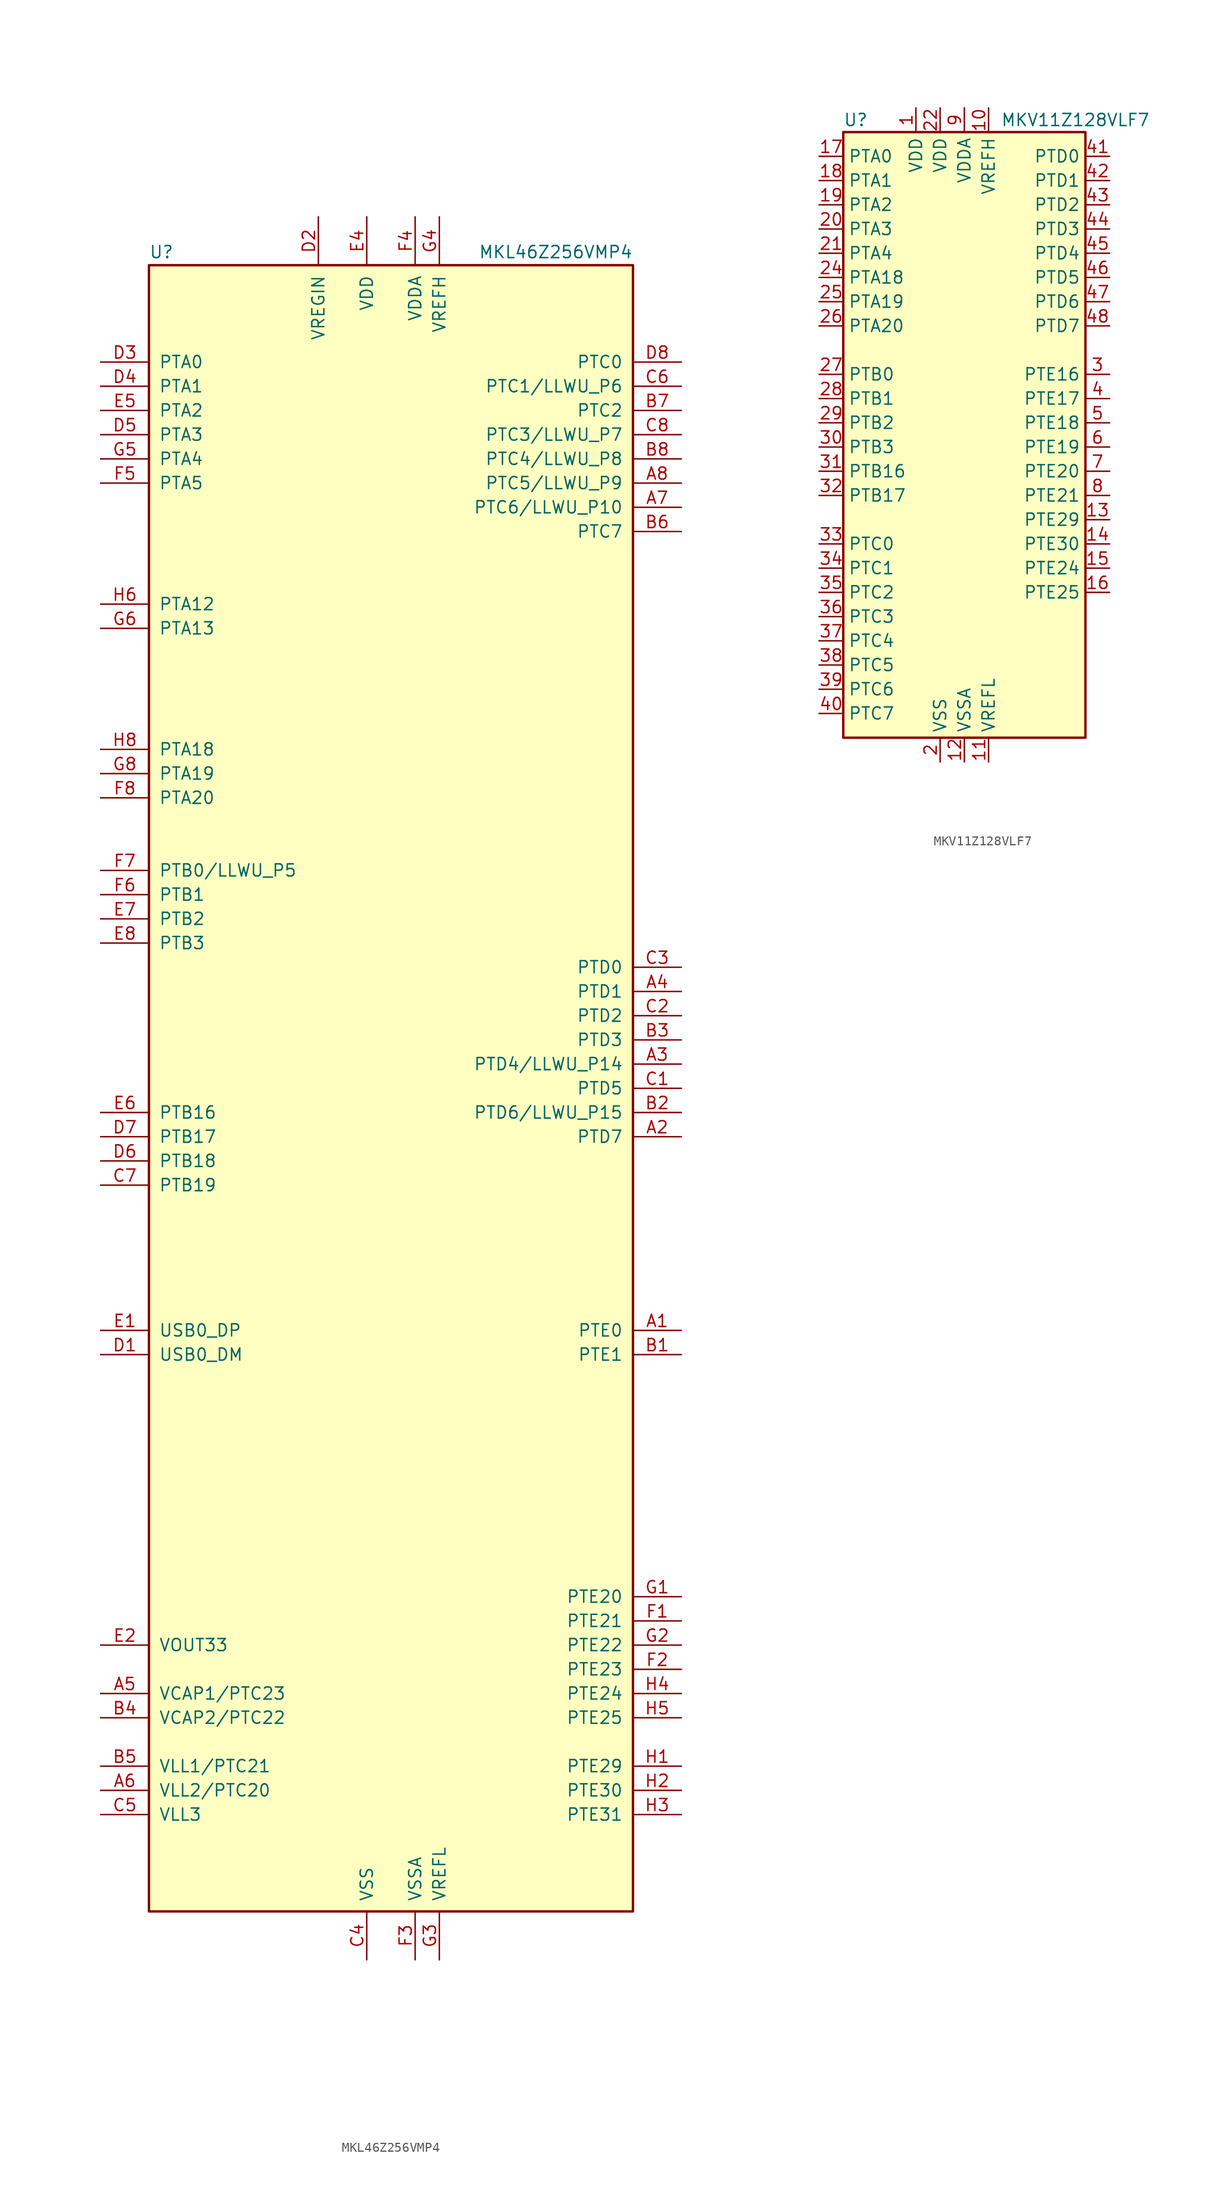
<source format=kicad_sym>
(kicad_symbol_lib
  (version 20241209)
  (generator "kicad_symbol_editor")
  (generator_version "9.0")
  (symbol "MKL46Z256VMP4"
    (pin_names
      (offset 1.016))
    (property "Reference" "U"
      (at -25.4 86.995 0)
      (effects (font (size 1.27 1.27)) (justify left bottom)))
    (property "Value" "MKL46Z256VMP4"
      (at 25.4 86.995 0)
      (effects (font (size 1.27 1.27)) (justify right bottom)))
    (symbol "MKL46Z256VMP4_0_1"
      (rectangle (start -25.4 86.36) (end 25.4 -86.36) (stroke (width 0.254) (type default)) (fill (type background))))
    (symbol "MKL46Z256VMP4_1_1"
      (pin bidirectional line (at -30.48 76.2 0) (length 5.08) (name "PTA0" (effects (font (size 1.27 1.27)))) (number "D3" (effects (font (size 1.27 1.27)))))
      (pin bidirectional line (at -30.48 73.66 0) (length 5.08) (name "PTA1" (effects (font (size 1.27 1.27)))) (number "D4" (effects (font (size 1.27 1.27)))))
      (pin bidirectional line (at -30.48 71.12 0) (length 5.08) (name "PTA2" (effects (font (size 1.27 1.27)))) (number "E5" (effects (font (size 1.27 1.27)))))
      (pin bidirectional line (at -30.48 68.58 0) (length 5.08) (name "PTA3" (effects (font (size 1.27 1.27)))) (number "D5" (effects (font (size 1.27 1.27)))))
      (pin bidirectional line (at -30.48 66.04 0) (length 5.08) (name "PTA4" (effects (font (size 1.27 1.27)))) (number "G5" (effects (font (size 1.27 1.27)))))
      (pin bidirectional line (at -30.48 63.5 0) (length 5.08) (name "PTA5" (effects (font (size 1.27 1.27)))) (number "F5" (effects (font (size 1.27 1.27)))))
      (pin bidirectional line (at -30.48 50.8 0) (length 5.08) (name "PTA12" (effects (font (size 1.27 1.27)))) (number "H6" (effects (font (size 1.27 1.27)))))
      (pin bidirectional line (at -30.48 48.26 0) (length 5.08) (name "PTA13" (effects (font (size 1.27 1.27)))) (number "G6" (effects (font (size 1.27 1.27)))))
      (pin bidirectional line (at -30.48 35.56 0) (length 5.08) (name "PTA18" (effects (font (size 1.27 1.27)))) (number "H8" (effects (font (size 1.27 1.27)))))
      (pin bidirectional line (at -30.48 33.02 0) (length 5.08) (name "PTA19" (effects (font (size 1.27 1.27)))) (number "G8" (effects (font (size 1.27 1.27)))))
      (pin bidirectional line (at -30.48 30.48 0) (length 5.08) (name "PTA20" (effects (font (size 1.27 1.27)))) (number "F8" (effects (font (size 1.27 1.27)))))
      (pin bidirectional line (at -30.48 22.86 0) (length 5.08) (name "PTB0/LLWU_P5" (effects (font (size 1.27 1.27)))) (number "F7" (effects (font (size 1.27 1.27)))))
      (pin bidirectional line (at -30.48 20.32 0) (length 5.08) (name "PTB1" (effects (font (size 1.27 1.27)))) (number "F6" (effects (font (size 1.27 1.27)))))
      (pin bidirectional line (at -30.48 17.78 0) (length 5.08) (name "PTB2" (effects (font (size 1.27 1.27)))) (number "E7" (effects (font (size 1.27 1.27)))))
      (pin bidirectional line (at -30.48 15.24 0) (length 5.08) (name "PTB3" (effects (font (size 1.27 1.27)))) (number "E8" (effects (font (size 1.27 1.27)))))
      (pin bidirectional line (at -30.48 -2.54 0) (length 5.08) (name "PTB16" (effects (font (size 1.27 1.27)))) (number "E6" (effects (font (size 1.27 1.27)))))
      (pin bidirectional line (at -30.48 -5.08 0) (length 5.08) (name "PTB17" (effects (font (size 1.27 1.27)))) (number "D7" (effects (font (size 1.27 1.27)))))
      (pin bidirectional line (at -30.48 -7.62 0) (length 5.08) (name "PTB18" (effects (font (size 1.27 1.27)))) (number "D6" (effects (font (size 1.27 1.27)))))
      (pin bidirectional line (at -30.48 -10.16 0) (length 5.08) (name "PTB19" (effects (font (size 1.27 1.27)))) (number "C7" (effects (font (size 1.27 1.27)))))
      (pin bidirectional line (at -30.48 -25.4 0) (length 5.08) (name "USB0_DP" (effects (font (size 1.27 1.27)))) (number "E1" (effects (font (size 1.27 1.27)))))
      (pin bidirectional line (at -30.48 -27.94 0) (length 5.08) (name "USB0_DM" (effects (font (size 1.27 1.27)))) (number "D1" (effects (font (size 1.27 1.27)))))
      (pin power_out line (at -30.48 -58.42 0) (length 5.08) (name "VOUT33" (effects (font (size 1.27 1.27)))) (number "E2" (effects (font (size 1.27 1.27)))))
      (pin passive line (at -30.48 -63.5 0) (length 5.08) (name "VCAP1/PTC23" (effects (font (size 1.27 1.27)))) (number "A5" (effects (font (size 1.27 1.27)))))
      (pin passive line (at -30.48 -66.04 0) (length 5.08) (name "VCAP2/PTC22" (effects (font (size 1.27 1.27)))) (number "B4" (effects (font (size 1.27 1.27)))))
      (pin power_out line (at -30.48 -71.12 0) (length 5.08) (name "VLL1/PTC21" (effects (font (size 1.27 1.27)))) (number "B5" (effects (font (size 1.27 1.27)))))
      (pin power_out line (at -30.48 -73.66 0) (length 5.08) (name "VLL2/PTC20" (effects (font (size 1.27 1.27)))) (number "A6" (effects (font (size 1.27 1.27)))))
      (pin power_out line (at -30.48 -76.2 0) (length 5.08) (name "VLL3" (effects (font (size 1.27 1.27)))) (number "C5" (effects (font (size 1.27 1.27)))))
      (pin power_in line (at -7.62 91.44 270) (length 5.08) (name "VREGIN" (effects (font (size 1.27 1.27)))) (number "D2" (effects (font (size 1.27 1.27)))))
      (pin power_in line (at -2.54 91.44 270) (length 5.08) (name "VDD" (effects (font (size 1.27 1.27)))) (number "E4" (effects (font (size 1.27 1.27)))))
      (pin passive line (at -2.54 91.44 270) (length 5.08) (hide yes) (name "VDD" (effects (font (size 1.27 1.27)))) (number "G7" (effects (font (size 1.27 1.27)))))
      (pin power_in line (at -2.54 -91.44 90) (length 5.08) (name "VSS" (effects (font (size 1.27 1.27)))) (number "C4" (effects (font (size 1.27 1.27)))))
      (pin passive line (at -2.54 -91.44 90) (length 5.08) (hide yes) (name "VSS" (effects (font (size 1.27 1.27)))) (number "E3" (effects (font (size 1.27 1.27)))))
      (pin passive line (at -2.54 -91.44 90) (length 5.08) (hide yes) (name "VSS" (effects (font (size 1.27 1.27)))) (number "H7" (effects (font (size 1.27 1.27)))))
      (pin power_in line (at 2.54 91.44 270) (length 5.08) (name "VDDA" (effects (font (size 1.27 1.27)))) (number "F4" (effects (font (size 1.27 1.27)))))
      (pin power_in line (at 2.54 -91.44 90) (length 5.08) (name "VSSA" (effects (font (size 1.27 1.27)))) (number "F3" (effects (font (size 1.27 1.27)))))
      (pin power_in line (at 5.08 91.44 270) (length 5.08) (name "VREFH" (effects (font (size 1.27 1.27)))) (number "G4" (effects (font (size 1.27 1.27)))))
      (pin power_in line (at 5.08 -91.44 90) (length 5.08) (name "VREFL" (effects (font (size 1.27 1.27)))) (number "G3" (effects (font (size 1.27 1.27)))))
      (pin bidirectional line (at 30.48 76.2 180) (length 5.08) (name "PTC0" (effects (font (size 1.27 1.27)))) (number "D8" (effects (font (size 1.27 1.27)))))
      (pin bidirectional line (at 30.48 73.66 180) (length 5.08) (name "PTC1/LLWU_P6" (effects (font (size 1.27 1.27)))) (number "C6" (effects (font (size 1.27 1.27)))))
      (pin bidirectional line (at 30.48 71.12 180) (length 5.08) (name "PTC2" (effects (font (size 1.27 1.27)))) (number "B7" (effects (font (size 1.27 1.27)))))
      (pin bidirectional line (at 30.48 68.58 180) (length 5.08) (name "PTC3/LLWU_P7" (effects (font (size 1.27 1.27)))) (number "C8" (effects (font (size 1.27 1.27)))))
      (pin bidirectional line (at 30.48 66.04 180) (length 5.08) (name "PTC4/LLWU_P8" (effects (font (size 1.27 1.27)))) (number "B8" (effects (font (size 1.27 1.27)))))
      (pin bidirectional line (at 30.48 63.5 180) (length 5.08) (name "PTC5/LLWU_P9" (effects (font (size 1.27 1.27)))) (number "A8" (effects (font (size 1.27 1.27)))))
      (pin bidirectional line (at 30.48 60.96 180) (length 5.08) (name "PTC6/LLWU_P10" (effects (font (size 1.27 1.27)))) (number "A7" (effects (font (size 1.27 1.27)))))
      (pin bidirectional line (at 30.48 58.42 180) (length 5.08) (name "PTC7" (effects (font (size 1.27 1.27)))) (number "B6" (effects (font (size 1.27 1.27)))))
      (pin bidirectional line (at 30.48 12.7 180) (length 5.08) (name "PTD0" (effects (font (size 1.27 1.27)))) (number "C3" (effects (font (size 1.27 1.27)))))
      (pin bidirectional line (at 30.48 10.16 180) (length 5.08) (name "PTD1" (effects (font (size 1.27 1.27)))) (number "A4" (effects (font (size 1.27 1.27)))))
      (pin bidirectional line (at 30.48 7.62 180) (length 5.08) (name "PTD2" (effects (font (size 1.27 1.27)))) (number "C2" (effects (font (size 1.27 1.27)))))
      (pin bidirectional line (at 30.48 5.08 180) (length 5.08) (name "PTD3" (effects (font (size 1.27 1.27)))) (number "B3" (effects (font (size 1.27 1.27)))))
      (pin bidirectional line (at 30.48 2.54 180) (length 5.08) (name "PTD4/LLWU_P14" (effects (font (size 1.27 1.27)))) (number "A3" (effects (font (size 1.27 1.27)))))
      (pin bidirectional line (at 30.48 0 180) (length 5.08) (name "PTD5" (effects (font (size 1.27 1.27)))) (number "C1" (effects (font (size 1.27 1.27)))))
      (pin bidirectional line (at 30.48 -2.54 180) (length 5.08) (name "PTD6/LLWU_P15" (effects (font (size 1.27 1.27)))) (number "B2" (effects (font (size 1.27 1.27)))))
      (pin bidirectional line (at 30.48 -5.08 180) (length 5.08) (name "PTD7" (effects (font (size 1.27 1.27)))) (number "A2" (effects (font (size 1.27 1.27)))))
      (pin bidirectional line (at 30.48 -25.4 180) (length 5.08) (name "PTE0" (effects (font (size 1.27 1.27)))) (number "A1" (effects (font (size 1.27 1.27)))))
      (pin bidirectional line (at 30.48 -27.94 180) (length 5.08) (name "PTE1" (effects (font (size 1.27 1.27)))) (number "B1" (effects (font (size 1.27 1.27)))))
      (pin bidirectional line (at 30.48 -53.34 180) (length 5.08) (name "PTE20" (effects (font (size 1.27 1.27)))) (number "G1" (effects (font (size 1.27 1.27)))))
      (pin bidirectional line (at 30.48 -55.88 180) (length 5.08) (name "PTE21" (effects (font (size 1.27 1.27)))) (number "F1" (effects (font (size 1.27 1.27)))))
      (pin bidirectional line (at 30.48 -58.42 180) (length 5.08) (name "PTE22" (effects (font (size 1.27 1.27)))) (number "G2" (effects (font (size 1.27 1.27)))))
      (pin bidirectional line (at 30.48 -60.96 180) (length 5.08) (name "PTE23" (effects (font (size 1.27 1.27)))) (number "F2" (effects (font (size 1.27 1.27)))))
      (pin bidirectional line (at 30.48 -63.5 180) (length 5.08) (name "PTE24" (effects (font (size 1.27 1.27)))) (number "H4" (effects (font (size 1.27 1.27)))))
      (pin bidirectional line (at 30.48 -66.04 180) (length 5.08) (name "PTE25" (effects (font (size 1.27 1.27)))) (number "H5" (effects (font (size 1.27 1.27)))))
      (pin bidirectional line (at 30.48 -71.12 180) (length 5.08) (name "PTE29" (effects (font (size 1.27 1.27)))) (number "H1" (effects (font (size 1.27 1.27)))))
      (pin bidirectional line (at 30.48 -73.66 180) (length 5.08) (name "PTE30" (effects (font (size 1.27 1.27)))) (number "H2" (effects (font (size 1.27 1.27)))))
      (pin bidirectional line (at 30.48 -76.2 180) (length 5.08) (name "PTE31" (effects (font (size 1.27 1.27)))) (number "H3" (effects (font (size 1.27 1.27)))))))
  (symbol "MKV11Z128VLF7"
    (property "Reference" "U"
      (at -12.7 34.29 0)
      (effects (font (size 1.27 1.27)) (justify left)))
    (property "Value" "MKV11Z128VLF7"
      (at 3.81 34.29 0)
      (effects (font (size 1.27 1.27)) (justify left)))
    (symbol "MKV11Z128VLF7_0_1"
      (rectangle (start -12.7 33.02) (end 12.7 -30.48) (stroke (width 0.254) (type default)) (fill (type background))))
    (symbol "MKV11Z128VLF7_1_1"
      (pin bidirectional line (at -15.24 30.48 0) (length 2.54) (name "PTA0" (effects (font (size 1.27 1.27)))) (number "17" (effects (font (size 1.27 1.27)))))
      (pin bidirectional line (at -15.24 27.94 0) (length 2.54) (name "PTA1" (effects (font (size 1.27 1.27)))) (number "18" (effects (font (size 1.27 1.27)))))
      (pin bidirectional line (at -15.24 25.4 0) (length 2.54) (name "PTA2" (effects (font (size 1.27 1.27)))) (number "19" (effects (font (size 1.27 1.27)))))
      (pin bidirectional line (at -15.24 22.86 0) (length 2.54) (name "PTA3" (effects (font (size 1.27 1.27)))) (number "20" (effects (font (size 1.27 1.27)))))
      (pin bidirectional line (at -15.24 20.32 0) (length 2.54) (name "PTA4" (effects (font (size 1.27 1.27)))) (number "21" (effects (font (size 1.27 1.27)))))
      (pin bidirectional line (at -15.24 17.78 0) (length 2.54) (name "PTA18" (effects (font (size 1.27 1.27)))) (number "24" (effects (font (size 1.27 1.27)))))
      (pin bidirectional line (at -15.24 15.24 0) (length 2.54) (name "PTA19" (effects (font (size 1.27 1.27)))) (number "25" (effects (font (size 1.27 1.27)))))
      (pin bidirectional line (at -15.24 12.7 0) (length 2.54) (name "PTA20" (effects (font (size 1.27 1.27)))) (number "26" (effects (font (size 1.27 1.27)))))
      (pin bidirectional line (at -15.24 7.62 0) (length 2.54) (name "PTB0" (effects (font (size 1.27 1.27)))) (number "27" (effects (font (size 1.27 1.27)))))
      (pin bidirectional line (at -15.24 5.08 0) (length 2.54) (name "PTB1" (effects (font (size 1.27 1.27)))) (number "28" (effects (font (size 1.27 1.27)))))
      (pin bidirectional line (at -15.24 2.54 0) (length 2.54) (name "PTB2" (effects (font (size 1.27 1.27)))) (number "29" (effects (font (size 1.27 1.27)))))
      (pin bidirectional line (at -15.24 0 0) (length 2.54) (name "PTB3" (effects (font (size 1.27 1.27)))) (number "30" (effects (font (size 1.27 1.27)))))
      (pin bidirectional line (at -15.24 -2.54 0) (length 2.54) (name "PTB16" (effects (font (size 1.27 1.27)))) (number "31" (effects (font (size 1.27 1.27)))))
      (pin bidirectional line (at -15.24 -5.08 0) (length 2.54) (name "PTB17" (effects (font (size 1.27 1.27)))) (number "32" (effects (font (size 1.27 1.27)))))
      (pin bidirectional line (at -15.24 -10.16 0) (length 2.54) (name "PTC0" (effects (font (size 1.27 1.27)))) (number "33" (effects (font (size 1.27 1.27)))))
      (pin bidirectional line (at -15.24 -12.7 0) (length 2.54) (name "PTC1" (effects (font (size 1.27 1.27)))) (number "34" (effects (font (size 1.27 1.27)))))
      (pin bidirectional line (at -15.24 -15.24 0) (length 2.54) (name "PTC2" (effects (font (size 1.27 1.27)))) (number "35" (effects (font (size 1.27 1.27)))))
      (pin bidirectional line (at -15.24 -17.78 0) (length 2.54) (name "PTC3" (effects (font (size 1.27 1.27)))) (number "36" (effects (font (size 1.27 1.27)))))
      (pin bidirectional line (at -15.24 -20.32 0) (length 2.54) (name "PTC4" (effects (font (size 1.27 1.27)))) (number "37" (effects (font (size 1.27 1.27)))))
      (pin bidirectional line (at -15.24 -22.86 0) (length 2.54) (name "PTC5" (effects (font (size 1.27 1.27)))) (number "38" (effects (font (size 1.27 1.27)))))
      (pin bidirectional line (at -15.24 -25.4 0) (length 2.54) (name "PTC6" (effects (font (size 1.27 1.27)))) (number "39" (effects (font (size 1.27 1.27)))))
      (pin bidirectional line (at -15.24 -27.94 0) (length 2.54) (name "PTC7" (effects (font (size 1.27 1.27)))) (number "40" (effects (font (size 1.27 1.27)))))
      (pin power_in line (at -5.08 35.56 270) (length 2.54) (name "VDD" (effects (font (size 1.27 1.27)))) (number "1" (effects (font (size 1.27 1.27)))))
      (pin power_in line (at -2.54 35.56 270) (length 2.54) (name "VDD" (effects (font (size 1.27 1.27)))) (number "22" (effects (font (size 1.27 1.27)))))
      (pin power_in line (at -2.54 -33.02 90) (length 2.54) (name "VSS" (effects (font (size 1.27 1.27)))) (number "2" (effects (font (size 1.27 1.27)))))
      (pin passive line (at -2.54 -33.02 90) (length 2.54) (hide yes) (name "VSS" (effects (font (size 1.27 1.27)))) (number "23" (effects (font (size 1.27 1.27)))))
      (pin power_in line (at 0 35.56 270) (length 2.54) (name "VDDA" (effects (font (size 1.27 1.27)))) (number "9" (effects (font (size 1.27 1.27)))))
      (pin power_in line (at 0 -33.02 90) (length 2.54) (name "VSSA" (effects (font (size 1.27 1.27)))) (number "12" (effects (font (size 1.27 1.27)))))
      (pin power_in line (at 2.54 35.56 270) (length 2.54) (name "VREFH" (effects (font (size 1.27 1.27)))) (number "10" (effects (font (size 1.27 1.27)))))
      (pin power_in line (at 2.54 -33.02 90) (length 2.54) (name "VREFL" (effects (font (size 1.27 1.27)))) (number "11" (effects (font (size 1.27 1.27)))))
      (pin bidirectional line (at 15.24 30.48 180) (length 2.54) (name "PTD0" (effects (font (size 1.27 1.27)))) (number "41" (effects (font (size 1.27 1.27)))))
      (pin bidirectional line (at 15.24 27.94 180) (length 2.54) (name "PTD1" (effects (font (size 1.27 1.27)))) (number "42" (effects (font (size 1.27 1.27)))))
      (pin bidirectional line (at 15.24 25.4 180) (length 2.54) (name "PTD2" (effects (font (size 1.27 1.27)))) (number "43" (effects (font (size 1.27 1.27)))))
      (pin bidirectional line (at 15.24 22.86 180) (length 2.54) (name "PTD3" (effects (font (size 1.27 1.27)))) (number "44" (effects (font (size 1.27 1.27)))))
      (pin bidirectional line (at 15.24 20.32 180) (length 2.54) (name "PTD4" (effects (font (size 1.27 1.27)))) (number "45" (effects (font (size 1.27 1.27)))))
      (pin bidirectional line (at 15.24 17.78 180) (length 2.54) (name "PTD5" (effects (font (size 1.27 1.27)))) (number "46" (effects (font (size 1.27 1.27)))))
      (pin bidirectional line (at 15.24 15.24 180) (length 2.54) (name "PTD6" (effects (font (size 1.27 1.27)))) (number "47" (effects (font (size 1.27 1.27)))))
      (pin bidirectional line (at 15.24 12.7 180) (length 2.54) (name "PTD7" (effects (font (size 1.27 1.27)))) (number "48" (effects (font (size 1.27 1.27)))))
      (pin bidirectional line (at 15.24 7.62 180) (length 2.54) (name "PTE16" (effects (font (size 1.27 1.27)))) (number "3" (effects (font (size 1.27 1.27)))))
      (pin bidirectional line (at 15.24 5.08 180) (length 2.54) (name "PTE17" (effects (font (size 1.27 1.27)))) (number "4" (effects (font (size 1.27 1.27)))))
      (pin bidirectional line (at 15.24 2.54 180) (length 2.54) (name "PTE18" (effects (font (size 1.27 1.27)))) (number "5" (effects (font (size 1.27 1.27)))))
      (pin bidirectional line (at 15.24 0 180) (length 2.54) (name "PTE19" (effects (font (size 1.27 1.27)))) (number "6" (effects (font (size 1.27 1.27)))))
      (pin bidirectional line (at 15.24 -2.54 180) (length 2.54) (name "PTE20" (effects (font (size 1.27 1.27)))) (number "7" (effects (font (size 1.27 1.27)))))
      (pin bidirectional line (at 15.24 -5.08 180) (length 2.54) (name "PTE21" (effects (font (size 1.27 1.27)))) (number "8" (effects (font (size 1.27 1.27)))))
      (pin bidirectional line (at 15.24 -7.62 180) (length 2.54) (name "PTE29" (effects (font (size 1.27 1.27)))) (number "13" (effects (font (size 1.27 1.27)))))
      (pin bidirectional line (at 15.24 -10.16 180) (length 2.54) (name "PTE30" (effects (font (size 1.27 1.27)))) (number "14" (effects (font (size 1.27 1.27)))))
      (pin bidirectional line (at 15.24 -12.7 180) (length 2.54) (name "PTE24" (effects (font (size 1.27 1.27)))) (number "15" (effects (font (size 1.27 1.27)))))
      (pin bidirectional line (at 15.24 -15.24 180) (length 2.54) (name "PTE25" (effects (font (size 1.27 1.27)))) (number "16" (effects (font (size 1.27 1.27))))))))
</source>
